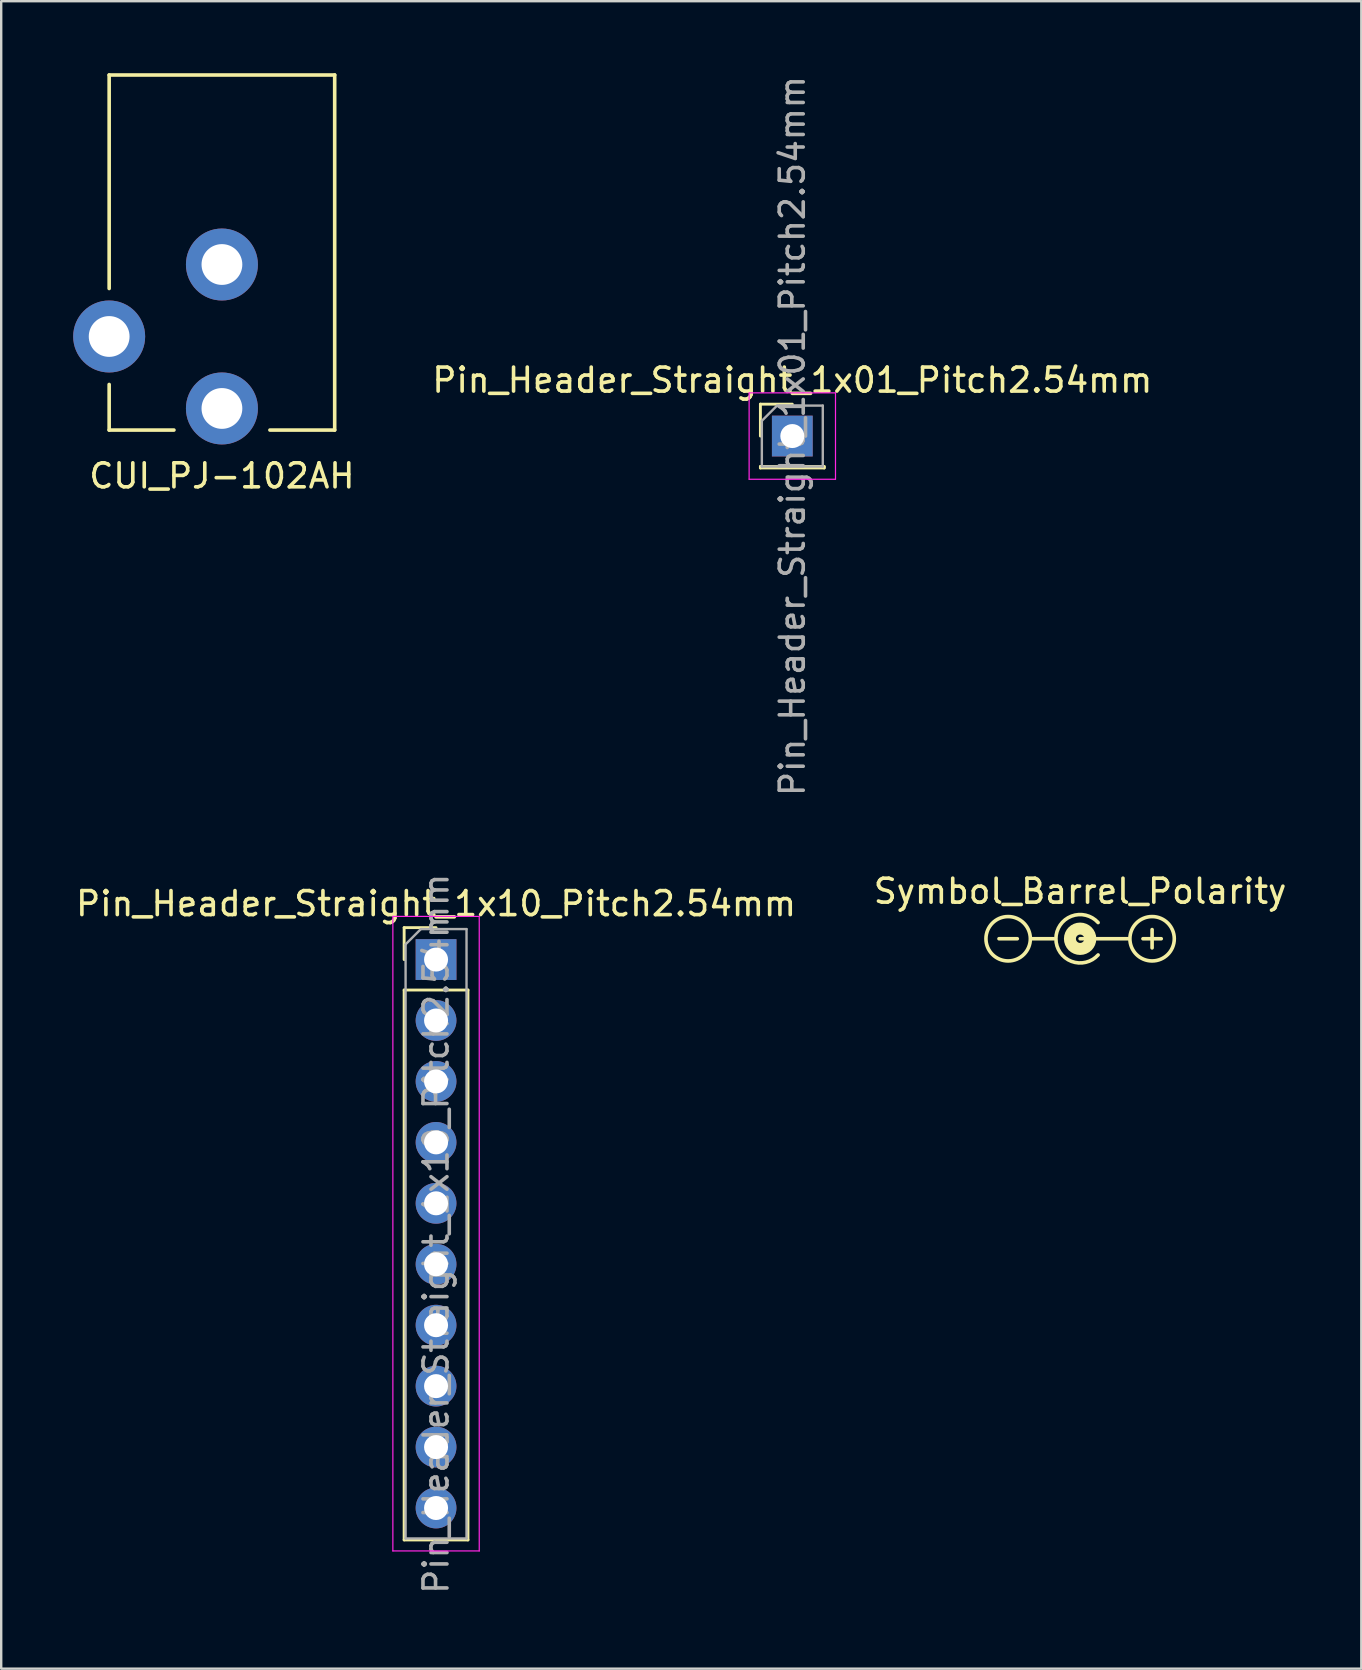
<source format=kicad_pcb>
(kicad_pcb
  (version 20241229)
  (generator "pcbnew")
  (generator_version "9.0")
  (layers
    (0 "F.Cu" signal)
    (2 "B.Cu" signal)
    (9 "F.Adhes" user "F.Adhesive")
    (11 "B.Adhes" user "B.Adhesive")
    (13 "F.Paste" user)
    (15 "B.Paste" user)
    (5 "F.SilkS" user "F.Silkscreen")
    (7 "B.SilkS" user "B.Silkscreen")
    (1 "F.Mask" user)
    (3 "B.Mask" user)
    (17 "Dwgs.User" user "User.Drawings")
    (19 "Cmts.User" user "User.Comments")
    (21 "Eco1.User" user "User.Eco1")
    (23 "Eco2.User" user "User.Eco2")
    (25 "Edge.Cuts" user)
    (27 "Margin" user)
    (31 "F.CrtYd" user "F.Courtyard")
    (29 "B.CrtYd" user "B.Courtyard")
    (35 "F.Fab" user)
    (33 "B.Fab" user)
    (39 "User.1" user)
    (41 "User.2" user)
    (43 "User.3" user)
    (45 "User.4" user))
  (footprint "Symbol_Barrel_Polarity"
    (layer "F.Cu")
    (at 41.97 36.003)
    (property "Reference" "Symbol_Barrel_Polarity" (at 0 -1.905 0) (layer "F.SilkS") (effects (font (size 1 1) (thickness 0.15))))
    (attr through_hole)
    (fp_line (start -2 0.075) (end -1.1 0.075) (stroke (width 0.15) (type solid)) (layer "F.SilkS"))
    (fp_line (start 0 0.075) (end 2 0.075) (stroke (width 0.15) (type solid)) (layer "F.SilkS"))
    (fp_arc (start 0.75 0.75) (mid -1.009022 0.075) (end 0.75 -0.6) (stroke (width 0.15) (type solid)) (layer "F.SilkS"))
    (fp_circle (center -3 0.075) (end -3 1) (stroke (width 0.15) (type solid)) (fill no) (layer "F.SilkS"))
    (fp_circle (center 0 0.075) (end 0 0.25) (stroke (width 0.5) (type solid)) (fill no) (layer "F.SilkS"))
    (fp_circle (center 3 0.075) (end 3 1) (stroke (width 0.15) (type solid)) (fill no) (layer "F.SilkS"))
    (fp_text user "-" (at -3 0 0) (layer "F.SilkS") (effects (font (size 1 1) (thickness 0.15))))
    (fp_text user "+" (at 3 0 0) (layer "F.SilkS") (effects (font (size 1 1) (thickness 0.15)))))
  (footprint "CUI_PJ-102AH"
    (layer "F.Cu")
    (at 6.2 0.275)
    (property "Reference" "CUI_PJ-102AH" (at 0 16.51 0) (layer "F.SilkS") (effects (font (size 1 1) (thickness 0.15))))
    (attr through_hole)
    (fp_line (start -4.7 -0.2) (end 4.7 -0.2) (stroke (width 0.15) (type solid)) (layer "F.SilkS"))
    (fp_line (start -4.7 8.7) (end -4.7 -0.2) (stroke (width 0.15) (type solid)) (layer "F.SilkS"))
    (fp_line (start -4.7 14.6) (end -4.7 12.7) (stroke (width 0.15) (type solid)) (layer "F.SilkS"))
    (fp_line (start -2 14.6) (end -4.7 14.6) (stroke (width 0.15) (type solid)) (layer "F.SilkS"))
    (fp_line (start 4.7 -0.2) (end 4.7 14.6) (stroke (width 0.15) (type solid)) (layer "F.SilkS"))
    (fp_line (start 4.7 14.6) (end 2 14.6) (stroke (width 0.15) (type solid)) (layer "F.SilkS"))
    (pad "1" thru_hole circle (at 0 13.7) (size 3 3) (drill 1.7) (layers "*.Cu" "*.Mask"))
    (pad "2" thru_hole circle (at 0 7.7) (size 3 3) (drill 1.7) (layers "*.Cu" "*.Mask"))
    (pad "3" thru_hole circle (at -4.7 10.7) (size 3 3) (drill 1.7) (layers "*.Cu" "*.Mask")))
  (footprint "Pin_Header_Straight_1x10_Pitch2.54mm"
    (layer "F.Cu")
    (at 15.125 36.945)
    (property "Reference" "Pin_Header_Straight_1x10_Pitch2.54mm" (at 0 -2.33 0) (layer "F.SilkS") (effects (font (size 1 1) (thickness 0.15))))
    (attr through_hole)
    (fp_line (start -1.33 -1.33) (end 0 -1.33) (stroke (width 0.12) (type solid)) (layer "F.SilkS"))
    (fp_line (start -1.33 0) (end -1.33 -1.33) (stroke (width 0.12) (type solid)) (layer "F.SilkS"))
    (fp_line (start -1.33 1.27) (end -1.33 24.19) (stroke (width 0.12) (type solid)) (layer "F.SilkS"))
    (fp_line (start -1.33 1.27) (end 1.33 1.27) (stroke (width 0.12) (type solid)) (layer "F.SilkS"))
    (fp_line (start -1.33 24.19) (end 1.33 24.19) (stroke (width 0.12) (type solid)) (layer "F.SilkS"))
    (fp_line (start 1.33 1.27) (end 1.33 24.19) (stroke (width 0.12) (type solid)) (layer "F.SilkS"))
    (fp_line (start -1.8 -1.8) (end -1.8 24.65) (stroke (width 0.05) (type solid)) (layer "F.CrtYd"))
    (fp_line (start -1.8 24.65) (end 1.8 24.65) (stroke (width 0.05) (type solid)) (layer "F.CrtYd"))
    (fp_line (start 1.8 -1.8) (end -1.8 -1.8) (stroke (width 0.05) (type solid)) (layer "F.CrtYd"))
    (fp_line (start 1.8 24.65) (end 1.8 -1.8) (stroke (width 0.05) (type solid)) (layer "F.CrtYd"))
    (fp_line (start -1.27 -0.635) (end -0.635 -1.27) (stroke (width 0.1) (type solid)) (layer "F.Fab"))
    (fp_line (start -1.27 24.13) (end -1.27 -0.635) (stroke (width 0.1) (type solid)) (layer "F.Fab"))
    (fp_line (start -0.635 -1.27) (end 1.27 -1.27) (stroke (width 0.1) (type solid)) (layer "F.Fab"))
    (fp_line (start 1.27 -1.27) (end 1.27 24.13) (stroke (width 0.1) (type solid)) (layer "F.Fab"))
    (fp_line (start 1.27 24.13) (end -1.27 24.13) (stroke (width 0.1) (type solid)) (layer "F.Fab"))
    (fp_text user "${REFERENCE}" (at 0 11.43 90) (layer "F.Fab") (effects (font (size 1 1) (thickness 0.15))))
    (pad "1" thru_hole rect (at 0 0) (size 1.7 1.7) (drill 1) (layers "*.Cu" "*.Mask"))
    (pad "2" thru_hole oval (at 0 2.54) (size 1.7 1.7) (drill 1) (layers "*.Cu" "*.Mask"))
    (pad "3" thru_hole oval (at 0 5.08) (size 1.7 1.7) (drill 1) (layers "*.Cu" "*.Mask"))
    (pad "4" thru_hole oval (at 0 7.62) (size 1.7 1.7) (drill 1) (layers "*.Cu" "*.Mask"))
    (pad "5" thru_hole oval (at 0 10.16) (size 1.7 1.7) (drill 1) (layers "*.Cu" "*.Mask"))
    (pad "6" thru_hole oval (at 0 12.7) (size 1.7 1.7) (drill 1) (layers "*.Cu" "*.Mask"))
    (pad "7" thru_hole oval (at 0 15.24) (size 1.7 1.7) (drill 1) (layers "*.Cu" "*.Mask"))
    (pad "8" thru_hole oval (at 0 17.78) (size 1.7 1.7) (drill 1) (layers "*.Cu" "*.Mask"))
    (pad "9" thru_hole oval (at 0 20.32) (size 1.7 1.7) (drill 1) (layers "*.Cu" "*.Mask"))
    (pad "10" thru_hole oval (at 0 22.86) (size 1.7 1.7) (drill 1) (layers "*.Cu" "*.Mask")))
  (footprint "Pin_Header_Straight_1x01_Pitch2.54mm"
    (layer "F.Cu")
    (at 29.974 15.125)
    (property "Reference" "Pin_Header_Straight_1x01_Pitch2.54mm" (at 0 -2.33 0) (layer "F.SilkS") (effects (font (size 1 1) (thickness 0.15))))
    (attr through_hole)
    (fp_line (start -1.33 -1.33) (end 0 -1.33) (stroke (width 0.12) (type solid)) (layer "F.SilkS"))
    (fp_line (start -1.33 0) (end -1.33 -1.33) (stroke (width 0.12) (type solid)) (layer "F.SilkS"))
    (fp_line (start -1.33 1.27) (end -1.33 1.33) (stroke (width 0.12) (type solid)) (layer "F.SilkS"))
    (fp_line (start -1.33 1.27) (end 1.33 1.27) (stroke (width 0.12) (type solid)) (layer "F.SilkS"))
    (fp_line (start -1.33 1.33) (end 1.33 1.33) (stroke (width 0.12) (type solid)) (layer "F.SilkS"))
    (fp_line (start 1.33 1.27) (end 1.33 1.33) (stroke (width 0.12) (type solid)) (layer "F.SilkS"))
    (fp_line (start -1.8 -1.8) (end -1.8 1.8) (stroke (width 0.05) (type solid)) (layer "F.CrtYd"))
    (fp_line (start -1.8 1.8) (end 1.8 1.8) (stroke (width 0.05) (type solid)) (layer "F.CrtYd"))
    (fp_line (start 1.8 -1.8) (end -1.8 -1.8) (stroke (width 0.05) (type solid)) (layer "F.CrtYd"))
    (fp_line (start 1.8 1.8) (end 1.8 -1.8) (stroke (width 0.05) (type solid)) (layer "F.CrtYd"))
    (fp_line (start -1.27 -0.635) (end -0.635 -1.27) (stroke (width 0.1) (type solid)) (layer "F.Fab"))
    (fp_line (start -1.27 1.27) (end -1.27 -0.635) (stroke (width 0.1) (type solid)) (layer "F.Fab"))
    (fp_line (start -0.635 -1.27) (end 1.27 -1.27) (stroke (width 0.1) (type solid)) (layer "F.Fab"))
    (fp_line (start 1.27 -1.27) (end 1.27 1.27) (stroke (width 0.1) (type solid)) (layer "F.Fab"))
    (fp_line (start 1.27 1.27) (end -1.27 1.27) (stroke (width 0.1) (type solid)) (layer "F.Fab"))
    (fp_text user "${REFERENCE}" (at 0 0 90) (layer "F.Fab") (effects (font (size 1 1) (thickness 0.15))))
    (pad "1" thru_hole rect (at 0 0) (size 1.7 1.7) (drill 1) (layers "*.Cu" "*.Mask")))
  (gr_rect
    (start -3 -3)
    (end 53.69 66.5)
    (stroke (width 0.1) (type default))
    (fill no)
    (layer "Edge.Cuts")))
</source>
